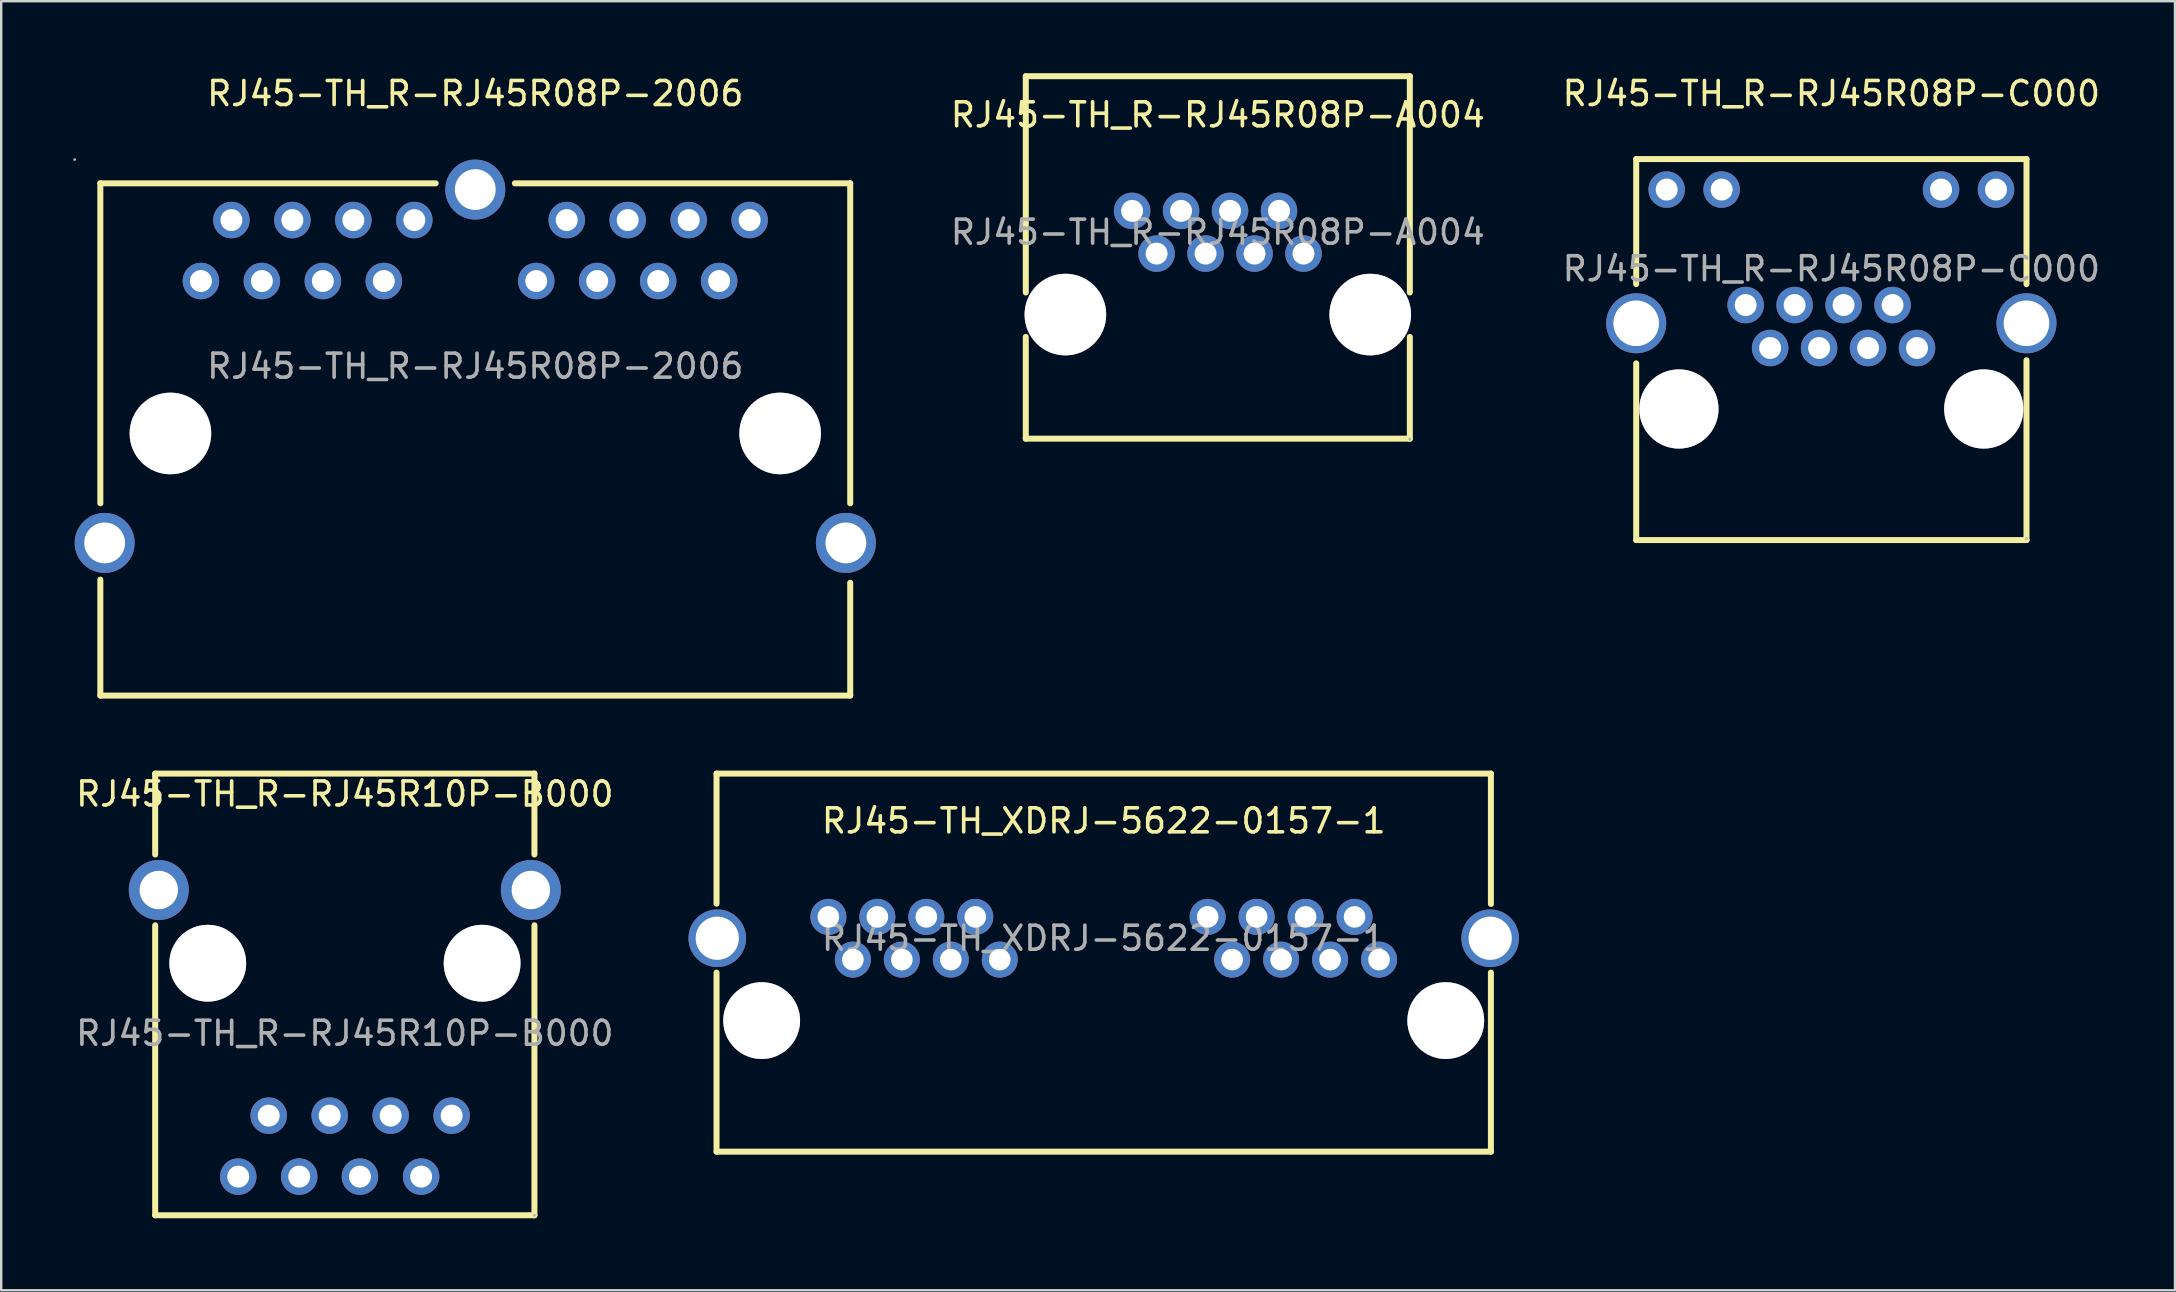
<source format=kicad_pcb>
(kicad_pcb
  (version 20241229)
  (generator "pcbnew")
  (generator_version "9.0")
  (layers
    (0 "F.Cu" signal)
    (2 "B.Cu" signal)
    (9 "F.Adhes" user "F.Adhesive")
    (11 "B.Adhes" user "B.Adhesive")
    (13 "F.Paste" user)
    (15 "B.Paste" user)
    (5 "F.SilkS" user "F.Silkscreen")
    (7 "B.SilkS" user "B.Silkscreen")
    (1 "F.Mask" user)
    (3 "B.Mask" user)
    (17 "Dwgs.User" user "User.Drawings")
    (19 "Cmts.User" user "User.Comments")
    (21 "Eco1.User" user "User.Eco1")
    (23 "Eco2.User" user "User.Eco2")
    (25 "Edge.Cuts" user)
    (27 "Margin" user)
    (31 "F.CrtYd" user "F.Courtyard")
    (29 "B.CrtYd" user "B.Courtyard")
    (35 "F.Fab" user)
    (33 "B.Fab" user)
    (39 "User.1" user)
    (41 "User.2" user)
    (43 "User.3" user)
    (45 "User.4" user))
  (footprint "RJ45-TH_R-RJ45R08P-A004"
    (layer "F.Cu")
    (at 47.684 6.625)
    (property "Reference" "RJ45-TH_R-RJ45R08P-A004" (at 0 -4.89 0) (layer "F.SilkS") (effects (font (size 1 1) (thickness 0.15))))
    (attr through_hole)
    (fp_line (start -8 -6.5) (end 8 -6.5) (stroke (width 0.25) (type solid)) (layer "F.SilkS"))
    (fp_line (start -8 2.51) (end -8 -6.5) (stroke (width 0.25) (type solid)) (layer "F.SilkS"))
    (fp_line (start -8 8.6) (end -8 4.36) (stroke (width 0.25) (type solid)) (layer "F.SilkS"))
    (fp_line (start 8 -6.5) (end 8 2.51) (stroke (width 0.25) (type solid)) (layer "F.SilkS"))
    (fp_line (start 8 4.36) (end 8 8.6) (stroke (width 0.25) (type solid)) (layer "F.SilkS"))
    (fp_line (start 8 8.6) (end -8 8.6) (stroke (width 0.25) (type solid)) (layer "F.SilkS"))
    (fp_circle (center -6.35 3.43) (end -5.55 3.43) (stroke (width 1.6) (type solid)) (fill no) (layer "Cmts.User"))
    (fp_circle (center 6.35 3.43) (end 7.15 3.43) (stroke (width 1.6) (type solid)) (fill no) (layer "Cmts.User"))
    (fp_circle (center -3.57 -0.89) (end -3.45 -0.89) (stroke (width 0.25) (type solid)) (fill no) (layer "F.Fab"))
    (fp_circle (center -2.55 0.89) (end -2.43 0.89) (stroke (width 0.25) (type solid)) (fill no) (layer "F.Fab"))
    (fp_circle (center -1.53 -0.89) (end -1.41 -0.89) (stroke (width 0.25) (type solid)) (fill no) (layer "F.Fab"))
    (fp_circle (center -0.51 0.89) (end -0.39 0.89) (stroke (width 0.25) (type solid)) (fill no) (layer "F.Fab"))
    (fp_circle (center 0.51 -0.89) (end 0.63 -0.89) (stroke (width 0.25) (type solid)) (fill no) (layer "F.Fab"))
    (fp_circle (center 1.53 0.89) (end 1.65 0.89) (stroke (width 0.25) (type solid)) (fill no) (layer "F.Fab"))
    (fp_circle (center 2.55 -0.89) (end 2.67 -0.89) (stroke (width 0.25) (type solid)) (fill no) (layer "F.Fab"))
    (fp_circle (center 3.57 0.89) (end 3.69 0.89) (stroke (width 0.25) (type solid)) (fill no) (layer "F.Fab"))
    (fp_circle (center 8 8.62) (end 8.03 8.62) (stroke (width 0.06) (type solid)) (fill no) (layer "F.Fab"))
    (fp_text user "${REFERENCE}" (at 0 0 0) (layer "F.Fab") (effects (font (size 1 1) (thickness 0.15))))
    (pad "" thru_hole circle (at -6.35 3.43) (size 3.4 3.4) (drill 3.4) (layers "*.Cu" "*.Mask"))
    (pad "" thru_hole circle (at 6.35 3.43) (size 3.4 3.4) (drill 3.4) (layers "*.Cu" "*.Mask"))
    (pad "1" thru_hole circle (at 3.57 0.89) (size 1.52 1.52) (drill 0.914) (layers "*.Cu" "*.Mask"))
    (pad "2" thru_hole circle (at 2.55 -0.89) (size 1.52 1.52) (drill 0.914) (layers "*.Cu" "*.Mask"))
    (pad "3" thru_hole circle (at 1.53 0.89) (size 1.52 1.52) (drill 0.914) (layers "*.Cu" "*.Mask"))
    (pad "4" thru_hole circle (at 0.51 -0.89) (size 1.52 1.52) (drill 0.914) (layers "*.Cu" "*.Mask"))
    (pad "5" thru_hole circle (at -0.51 0.89) (size 1.52 1.52) (drill 0.914) (layers "*.Cu" "*.Mask"))
    (pad "6" thru_hole circle (at -1.53 -0.89) (size 1.52 1.52) (drill 0.914) (layers "*.Cu" "*.Mask"))
    (pad "7" thru_hole circle (at -2.55 0.89) (size 1.52 1.52) (drill 0.914) (layers "*.Cu" "*.Mask"))
    (pad "8" thru_hole circle (at -3.57 -0.89) (size 1.52 1.52) (drill 0.914) (layers "*.Cu" "*.Mask")))
  (footprint "RJ45-TH_XDRJ-5622-0157-1"
    (layer "F.Cu")
    (at 42.931 36.038)
    (property "Reference" "RJ45-TH_XDRJ-5622-0157-1" (at 0 -4.89 0) (layer "F.SilkS") (effects (font (size 1 1) (thickness 0.15))))
    (attr through_hole)
    (fp_line (start -16.13 -6.86) (end -16.13 -1.44) (stroke (width 0.25) (type solid)) (layer "F.SilkS"))
    (fp_line (start -16.13 1.43) (end -16.13 8.89) (stroke (width 0.25) (type solid)) (layer "F.SilkS"))
    (fp_line (start -16.13 8.89) (end 16.13 8.89) (stroke (width 0.25) (type solid)) (layer "F.SilkS"))
    (fp_line (start 16.13 -6.86) (end -16.13 -6.86) (stroke (width 0.25) (type solid)) (layer "F.SilkS"))
    (fp_line (start 16.13 -1.43) (end 16.13 -6.86) (stroke (width 0.25) (type solid)) (layer "F.SilkS"))
    (fp_line (start 16.13 8.89) (end 16.13 1.43) (stroke (width 0.25) (type solid)) (layer "F.SilkS"))
    (fp_circle (center -14.25 3.43) (end -13.5 3.43) (stroke (width 1.5) (type solid)) (fill no) (layer "Cmts.User"))
    (fp_circle (center 14.25 3.43) (end 15 3.43) (stroke (width 1.5) (type solid)) (fill no) (layer "Cmts.User"))
    (fp_text user "${REFERENCE}" (at 0 0 0) (layer "F.Fab") (effects (font (size 1 1) (thickness 0.15))))
    (pad "" thru_hole circle (at -14.25 3.43) (size 3.2 3.2) (drill 3.2) (layers "*.Cu" "*.Mask"))
    (pad "" thru_hole circle (at 14.25 3.43) (size 3.2 3.2) (drill 3.2) (layers "*.Cu" "*.Mask"))
    (pad "1" thru_hole circle (at -4.33 0.89) (size 1.5 1.5) (drill 0.9) (layers "*.Cu" "*.Mask"))
    (pad "2" thru_hole circle (at -5.35 -0.89) (size 1.5 1.5) (drill 0.9) (layers "*.Cu" "*.Mask"))
    (pad "3" thru_hole circle (at -6.37 0.89) (size 1.5 1.5) (drill 0.9) (layers "*.Cu" "*.Mask"))
    (pad "4" thru_hole circle (at -7.39 -0.89) (size 1.5 1.5) (drill 0.9) (layers "*.Cu" "*.Mask"))
    (pad "5" thru_hole circle (at -8.41 0.89) (size 1.5 1.5) (drill 0.9) (layers "*.Cu" "*.Mask"))
    (pad "6" thru_hole circle (at -9.43 -0.89) (size 1.5 1.5) (drill 0.9) (layers "*.Cu" "*.Mask"))
    (pad "7" thru_hole circle (at -10.45 0.89) (size 1.5 1.5) (drill 0.9) (layers "*.Cu" "*.Mask"))
    (pad "8" thru_hole circle (at -11.47 -0.89) (size 1.5 1.5) (drill 0.9) (layers "*.Cu" "*.Mask"))
    (pad "9" thru_hole circle (at 11.47 0.89) (size 1.5 1.5) (drill 0.9) (layers "*.Cu" "*.Mask"))
    (pad "10" thru_hole circle (at 10.45 -0.89) (size 1.5 1.5) (drill 0.9) (layers "*.Cu" "*.Mask"))
    (pad "11" thru_hole circle (at 9.43 0.89) (size 1.5 1.5) (drill 0.9) (layers "*.Cu" "*.Mask"))
    (pad "12" thru_hole circle (at 8.41 -0.89) (size 1.5 1.5) (drill 0.9) (layers "*.Cu" "*.Mask"))
    (pad "13" thru_hole circle (at 7.39 0.89) (size 1.5 1.5) (drill 0.9) (layers "*.Cu" "*.Mask"))
    (pad "14" thru_hole circle (at 6.37 -0.89) (size 1.5 1.5) (drill 0.9) (layers "*.Cu" "*.Mask"))
    (pad "15" thru_hole circle (at 5.35 0.89) (size 1.5 1.5) (drill 0.9) (layers "*.Cu" "*.Mask"))
    (pad "16" thru_hole circle (at 4.33 -0.89) (size 1.5 1.5) (drill 0.9) (layers "*.Cu" "*.Mask"))
    (pad "17" thru_hole circle (at 16.1 0) (size 2.4 2.4) (drill 1.8) (layers "*.Cu" "*.Mask"))
    (pad "18" thru_hole circle (at -16.1 0) (size 2.4 2.4) (drill 1.8) (layers "*.Cu" "*.Mask")))
  (footprint "RJ45-TH_R-RJ45R10P-B000"
    (layer "F.Cu")
    (at 11.315 39.998)
    (property "Reference" "RJ45-TH_R-RJ45R10P-B000" (at 0 -9.97 0) (layer "F.SilkS") (effects (font (size 1 1) (thickness 0.15))))
    (attr through_hole)
    (fp_line (start -7.9 -10.82) (end 7.9 -10.82) (stroke (width 0.25) (type solid)) (layer "F.SilkS"))
    (fp_line (start -7.9 -7.45) (end -7.9 -10.82) (stroke (width 0.25) (type solid)) (layer "F.SilkS"))
    (fp_line (start -7.9 7.58) (end -7.9 -4.5) (stroke (width 0.25) (type solid)) (layer "F.SilkS"))
    (fp_line (start 7.9 -10.82) (end 7.9 -7.45) (stroke (width 0.25) (type solid)) (layer "F.SilkS"))
    (fp_line (start 7.9 -4.5) (end 7.9 7.58) (stroke (width 0.25) (type solid)) (layer "F.SilkS"))
    (fp_line (start 7.9 7.58) (end -7.9 7.58) (stroke (width 0.25) (type solid)) (layer "F.SilkS"))
    (fp_circle (center -5.71 -2.92) (end -4.96 -2.92) (stroke (width 1.5) (type solid)) (fill no) (layer "Cmts.User"))
    (fp_circle (center 5.72 -2.92) (end 6.47 -2.92) (stroke (width 1.5) (type solid)) (fill no) (layer "Cmts.User"))
    (fp_circle (center 7.9 7.58) (end 7.93 7.58) (stroke (width 0.06) (type solid)) (fill no) (layer "F.Fab"))
    (fp_text user "${REFERENCE}" (at 0 0 0) (layer "F.Fab") (effects (font (size 1 1) (thickness 0.15))))
    (pad "" thru_hole circle (at -5.71 -2.92) (size 3.2 3.2) (drill 3.2) (layers "*.Cu" "*.Mask"))
    (pad "" thru_hole circle (at 5.72 -2.92) (size 3.2 3.2) (drill 3.2) (layers "*.Cu" "*.Mask"))
    (pad "1" thru_hole circle (at 4.45 3.43) (size 1.52 1.52) (drill 0.914) (layers "*.Cu" "*.Mask"))
    (pad "2" thru_hole circle (at 3.18 5.97) (size 1.52 1.52) (drill 0.914) (layers "*.Cu" "*.Mask"))
    (pad "3" thru_hole circle (at 1.91 3.43) (size 1.52 1.52) (drill 0.914) (layers "*.Cu" "*.Mask"))
    (pad "4" thru_hole circle (at 0.63 5.97) (size 1.52 1.52) (drill 0.914) (layers "*.Cu" "*.Mask"))
    (pad "5" thru_hole circle (at -0.63 3.43) (size 1.52 1.52) (drill 0.914) (layers "*.Cu" "*.Mask"))
    (pad "6" thru_hole circle (at -1.9 5.97) (size 1.52 1.52) (drill 0.914) (layers "*.Cu" "*.Mask"))
    (pad "7" thru_hole circle (at -3.17 3.43) (size 1.52 1.52) (drill 0.914) (layers "*.Cu" "*.Mask"))
    (pad "8" thru_hole circle (at -4.44 5.97) (size 1.52 1.52) (drill 0.914) (layers "*.Cu" "*.Mask"))
    (pad "9" thru_hole circle (at 7.75 -5.97) (size 2.5 2.5) (drill 1.6) (layers "*.Cu" "*.Mask"))
    (pad "10" thru_hole circle (at -7.75 -5.97) (size 2.5 2.5) (drill 1.6) (layers "*.Cu" "*.Mask")))
  (footprint "RJ45-TH_R-RJ45R08P-C000"
    (layer "F.Cu")
    (at 73.244 8.148)
    (property "Reference" "RJ45-TH_R-RJ45R08P-C000" (at 0 -7.3 0) (layer "F.SilkS") (effects (font (size 1 1) (thickness 0.15))))
    (attr through_hole)
    (fp_line (start -8.13 -4.57) (end -8.13 0.64) (stroke (width 0.25) (type solid)) (layer "F.SilkS"))
    (fp_line (start -8.13 3.94) (end -8.13 11.3) (stroke (width 0.25) (type solid)) (layer "F.SilkS"))
    (fp_line (start -8.13 11.3) (end 8.13 11.3) (stroke (width 0.25) (type solid)) (layer "F.SilkS"))
    (fp_line (start 8.13 -4.57) (end -8.13 -4.57) (stroke (width 0.25) (type solid)) (layer "F.SilkS"))
    (fp_line (start 8.13 0.64) (end 8.13 -4.57) (stroke (width 0.25) (type solid)) (layer "F.SilkS"))
    (fp_line (start 8.13 11.3) (end 8.13 3.81) (stroke (width 0.25) (type solid)) (layer "F.SilkS"))
    (fp_circle (center -6.35 5.84) (end -5.6 5.84) (stroke (width 1.5) (type solid)) (fill no) (layer "Cmts.User"))
    (fp_circle (center 6.35 5.84) (end 7.1 5.84) (stroke (width 1.5) (type solid)) (fill no) (layer "Cmts.User"))
    (fp_circle (center 8.13 11.24) (end 8.16 11.24) (stroke (width 0.06) (type solid)) (fill no) (layer "F.Fab"))
    (fp_text user "${REFERENCE}" (at 0 0 0) (layer "F.Fab") (effects (font (size 1 1) (thickness 0.15))))
    (pad "" thru_hole circle (at -6.35 5.84) (size 3.3 3.3) (drill 3.3) (layers "*.Cu" "*.Mask"))
    (pad "" thru_hole circle (at 6.35 5.84) (size 3.3 3.3) (drill 3.3) (layers "*.Cu" "*.Mask"))
    (pad "1" thru_hole circle (at 3.57 3.3) (size 1.52 1.52) (drill 0.914) (layers "*.Cu" "*.Mask"))
    (pad "2" thru_hole circle (at 2.55 1.51) (size 1.52 1.52) (drill 0.914) (layers "*.Cu" "*.Mask"))
    (pad "3" thru_hole circle (at 1.53 3.3) (size 1.52 1.52) (drill 0.914) (layers "*.Cu" "*.Mask"))
    (pad "4" thru_hole circle (at 0.51 1.51) (size 1.52 1.52) (drill 0.914) (layers "*.Cu" "*.Mask"))
    (pad "5" thru_hole circle (at -0.51 3.3) (size 1.52 1.52) (drill 0.914) (layers "*.Cu" "*.Mask"))
    (pad "6" thru_hole circle (at -1.53 1.51) (size 1.52 1.52) (drill 0.914) (layers "*.Cu" "*.Mask"))
    (pad "7" thru_hole circle (at -2.55 3.3) (size 1.52 1.52) (drill 0.914) (layers "*.Cu" "*.Mask"))
    (pad "8" thru_hole circle (at -3.57 1.51) (size 1.52 1.52) (drill 0.914) (layers "*.Cu" "*.Mask"))
    (pad "9" thru_hole circle (at -6.86 -3.3) (size 1.52 1.52) (drill 0.914) (layers "*.Cu" "*.Mask"))
    (pad "10" thru_hole circle (at -4.57 -3.3) (size 1.52 1.52) (drill 0.914) (layers "*.Cu" "*.Mask"))
    (pad "11" thru_hole circle (at 4.57 -3.3) (size 1.52 1.52) (drill 0.914) (layers "*.Cu" "*.Mask"))
    (pad "12" thru_hole circle (at 6.86 -3.3) (size 1.52 1.52) (drill 0.914) (layers "*.Cu" "*.Mask"))
    (pad "13" thru_hole circle (at 8.13 2.27) (size 2.5 2.5) (drill 1.9) (layers "*.Cu" "*.Mask"))
    (pad "14" thru_hole circle (at -8.13 2.27) (size 2.5 2.5) (drill 1.9) (layers "*.Cu" "*.Mask")))
  (footprint "RJ45-TH_R-RJ45R08P-2006"
    (layer "F.Cu")
    (at 16.75 12.208)
    (property "Reference" "RJ45-TH_R-RJ45R08P-2006" (at 0 -11.36 0) (layer "F.SilkS") (effects (font (size 1 1) (thickness 0.15))))
    (attr through_hole)
    (fp_line (start -15.62 -7.62) (end -1.65 -7.62) (stroke (width 0.25) (type solid)) (layer "F.SilkS"))
    (fp_line (start -15.62 5.71) (end -15.62 -7.62) (stroke (width 0.25) (type solid)) (layer "F.SilkS"))
    (fp_line (start -15.62 8.89) (end -15.62 13.72) (stroke (width 0.25) (type solid)) (layer "F.SilkS"))
    (fp_line (start -15.62 13.72) (end 15.62 13.72) (stroke (width 0.25) (type solid)) (layer "F.SilkS"))
    (fp_line (start 1.65 -7.62) (end 15.62 -7.62) (stroke (width 0.25) (type solid)) (layer "F.SilkS"))
    (fp_line (start 15.62 -7.62) (end 15.62 5.71) (stroke (width 0.25) (type solid)) (layer "F.SilkS"))
    (fp_line (start 15.62 13.72) (end 15.62 9.02) (stroke (width 0.25) (type solid)) (layer "F.SilkS"))
    (fp_circle (center -16.69 -8.61) (end -16.66 -8.61) (stroke (width 0.06) (type solid)) (fill no) (layer "F.Fab"))
    (fp_circle (center -15.44 7.36) (end -15.06 7.36) (stroke (width 0.75) (type solid)) (fill no) (layer "F.Fab"))
    (fp_circle (center -12.7 2.8) (end -11.9 2.8) (stroke (width 1.6) (type solid)) (fill no) (layer "F.Fab"))
    (fp_circle (center -11.43 -3.55) (end -11.25 -3.55) (stroke (width 0.36) (type solid)) (fill no) (layer "F.Fab"))
    (fp_circle (center -10.16 -6.09) (end -9.98 -6.09) (stroke (width 0.36) (type solid)) (fill no) (layer "F.Fab"))
    (fp_circle (center -8.89 -3.55) (end -8.71 -3.55) (stroke (width 0.36) (type solid)) (fill no) (layer "F.Fab"))
    (fp_circle (center -7.62 -6.09) (end -7.44 -6.09) (stroke (width 0.36) (type solid)) (fill no) (layer "F.Fab"))
    (fp_circle (center -6.35 -3.55) (end -6.17 -3.55) (stroke (width 0.36) (type solid)) (fill no) (layer "F.Fab"))
    (fp_circle (center -5.08 -6.09) (end -4.9 -6.09) (stroke (width 0.36) (type solid)) (fill no) (layer "F.Fab"))
    (fp_circle (center -3.81 -3.55) (end -3.63 -3.55) (stroke (width 0.36) (type solid)) (fill no) (layer "F.Fab"))
    (fp_circle (center -2.54 -6.09) (end -2.36 -6.09) (stroke (width 0.36) (type solid)) (fill no) (layer "F.Fab"))
    (fp_circle (center 0 -7.36) (end 0.38 -7.36) (stroke (width 0.75) (type solid)) (fill no) (layer "F.Fab"))
    (fp_circle (center 2.54 -3.55) (end 2.72 -3.55) (stroke (width 0.36) (type solid)) (fill no) (layer "F.Fab"))
    (fp_circle (center 3.81 -6.09) (end 3.99 -6.09) (stroke (width 0.36) (type solid)) (fill no) (layer "F.Fab"))
    (fp_circle (center 5.08 -3.55) (end 5.26 -3.55) (stroke (width 0.36) (type solid)) (fill no) (layer "F.Fab"))
    (fp_circle (center 6.35 -6.09) (end 6.53 -6.09) (stroke (width 0.36) (type solid)) (fill no) (layer "F.Fab"))
    (fp_circle (center 7.62 -3.55) (end 7.8 -3.55) (stroke (width 0.36) (type solid)) (fill no) (layer "F.Fab"))
    (fp_circle (center 8.89 -6.09) (end 9.07 -6.09) (stroke (width 0.36) (type solid)) (fill no) (layer "F.Fab"))
    (fp_circle (center 10.16 -3.55) (end 10.34 -3.55) (stroke (width 0.36) (type solid)) (fill no) (layer "F.Fab"))
    (fp_circle (center 11.43 -6.09) (end 11.61 -6.09) (stroke (width 0.36) (type solid)) (fill no) (layer "F.Fab"))
    (fp_circle (center 12.7 2.8) (end 13.5 2.8) (stroke (width 1.6) (type solid)) (fill no) (layer "F.Fab"))
    (fp_circle (center 15.44 7.36) (end 15.82 7.36) (stroke (width 0.75) (type solid)) (fill no) (layer "F.Fab"))
    (fp_text user "${REFERENCE}" (at 0 0 0) (layer "F.Fab") (effects (font (size 1 1) (thickness 0.15))))
    (pad "" thru_hole circle (at -12.7 2.8) (size 3.4 3.4) (drill 3.4) (layers "*.Cu" "*.Mask"))
    (pad "" thru_hole circle (at 12.7 2.8) (size 3.4 3.4) (drill 3.4) (layers "*.Cu" "*.Mask"))
    (pad "L1" thru_hole circle (at -11.43 -3.55 180) (size 1.52 1.52) (drill 0.914) (layers "*.Cu" "*.Mask"))
    (pad "L2" thru_hole circle (at -10.16 -6.09 180) (size 1.52 1.52) (drill 0.914) (layers "*.Cu" "*.Mask"))
    (pad "L3" thru_hole circle (at -8.89 -3.55 180) (size 1.52 1.52) (drill 0.914) (layers "*.Cu" "*.Mask"))
    (pad "L4" thru_hole circle (at -7.62 -6.09 180) (size 1.52 1.52) (drill 0.914) (layers "*.Cu" "*.Mask"))
    (pad "L5" thru_hole circle (at -6.35 -3.55 180) (size 1.52 1.52) (drill 0.914) (layers "*.Cu" "*.Mask"))
    (pad "L6" thru_hole circle (at -5.08 -6.09 180) (size 1.52 1.52) (drill 0.914) (layers "*.Cu" "*.Mask"))
    (pad "L7" thru_hole circle (at -3.81 -3.55 180) (size 1.52 1.52) (drill 0.914) (layers "*.Cu" "*.Mask"))
    (pad "L8" thru_hole circle (at -2.54 -6.09 180) (size 1.52 1.52) (drill 0.914) (layers "*.Cu" "*.Mask"))
    (pad "R1" thru_hole circle (at 2.54 -3.55 180) (size 1.52 1.52) (drill 0.914) (layers "*.Cu" "*.Mask"))
    (pad "R2" thru_hole circle (at 3.81 -6.09 180) (size 1.52 1.52) (drill 0.914) (layers "*.Cu" "*.Mask"))
    (pad "R3" thru_hole circle (at 5.08 -3.55 180) (size 1.52 1.52) (drill 0.914) (layers "*.Cu" "*.Mask"))
    (pad "R4" thru_hole circle (at 6.35 -6.09 180) (size 1.52 1.52) (drill 0.914) (layers "*.Cu" "*.Mask"))
    (pad "R5" thru_hole circle (at 7.62 -3.55 180) (size 1.52 1.52) (drill 0.914) (layers "*.Cu" "*.Mask"))
    (pad "R6" thru_hole circle (at 8.89 -6.09 180) (size 1.52 1.52) (drill 0.914) (layers "*.Cu" "*.Mask"))
    (pad "R7" thru_hole circle (at 10.16 -3.55 180) (size 1.52 1.52) (drill 0.914) (layers "*.Cu" "*.Mask"))
    (pad "R8" thru_hole circle (at 11.43 -6.09 180) (size 1.52 1.52) (drill 0.914) (layers "*.Cu" "*.Mask"))
    (pad "S1" thru_hole circle (at 0 -7.36) (size 2.5 2.5) (drill 1.7) (layers "*.Cu" "*.Mask"))
    (pad "S2" thru_hole circle (at 15.44 7.36) (size 2.5 2.5) (drill 1.7) (layers "*.Cu" "*.Mask"))
    (pad "S3" thru_hole circle (at -15.44 7.36) (size 2.5 2.5) (drill 1.7) (layers "*.Cu" "*.Mask")))
  (gr_rect
    (start -3 -3)
    (end 87.559 50.703)
    (stroke (width 0.1) (type default))
    (fill no)
    (layer "Edge.Cuts")))
</source>
